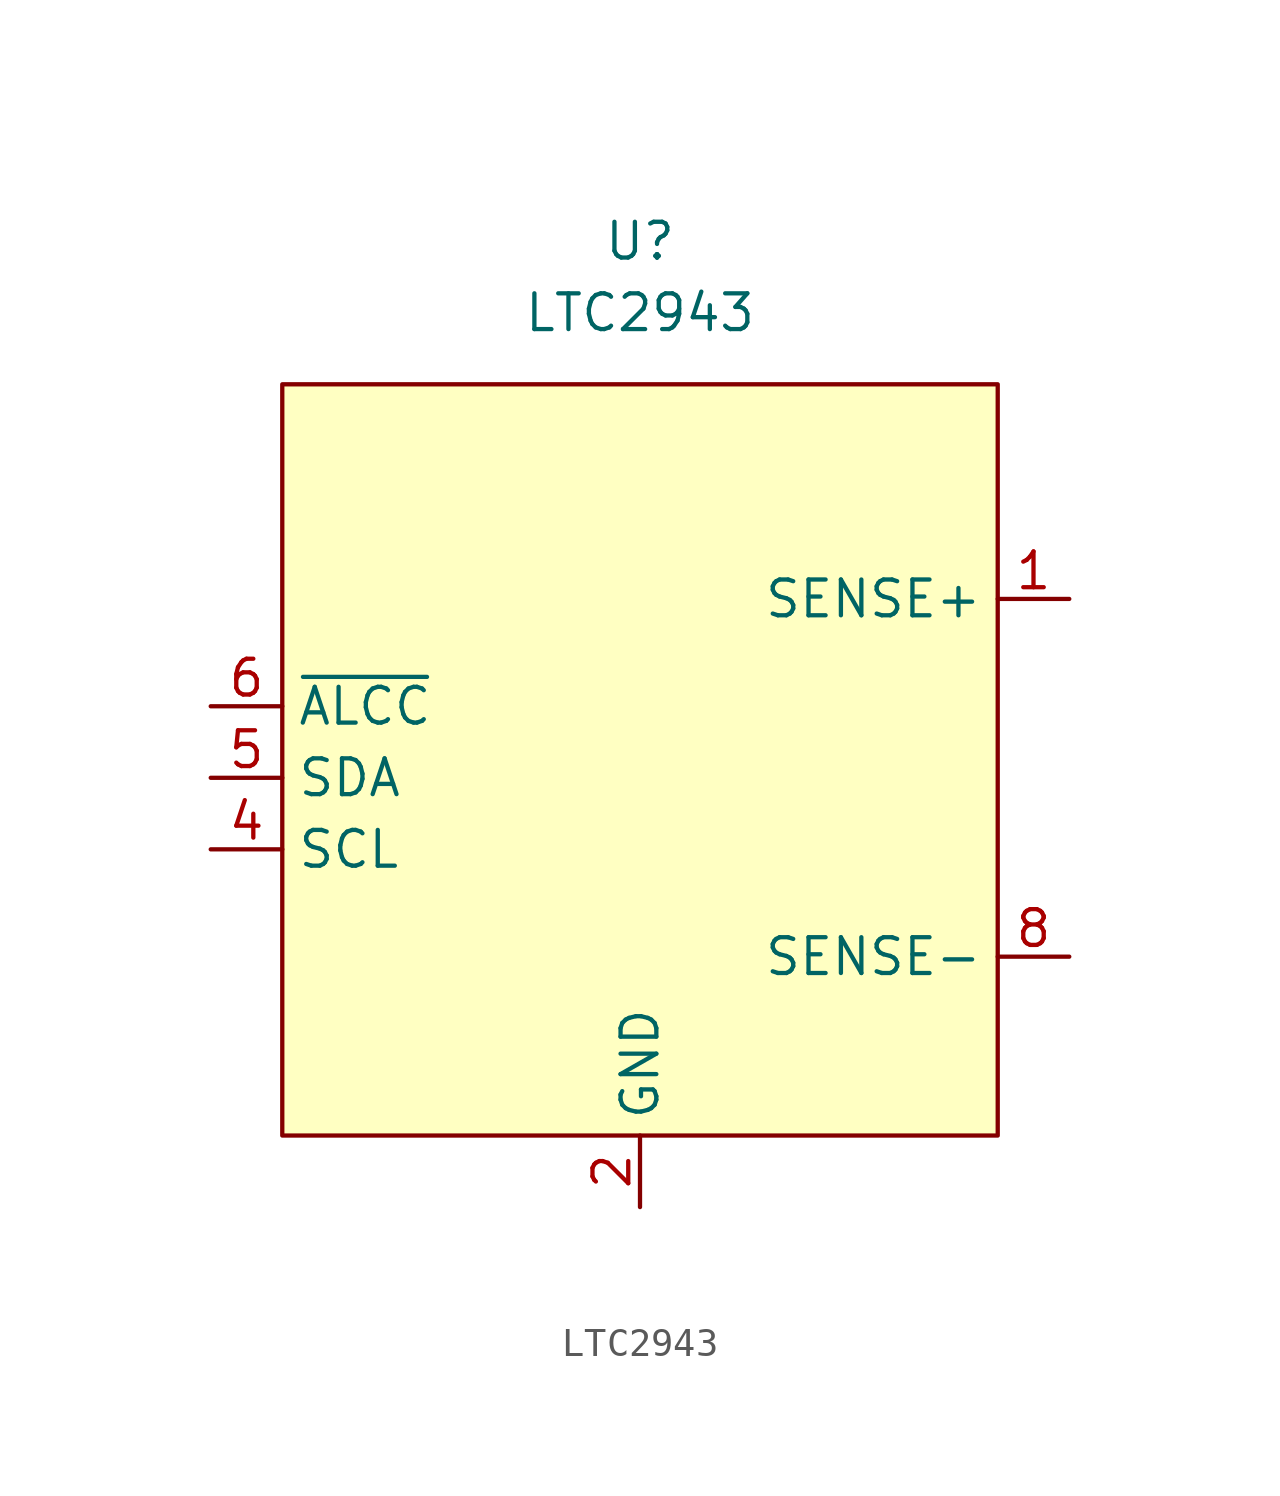
<source format=kicad_sym>
(kicad_symbol_lib
  (version 20231120)
  (generator "kicad_symbol_editor")
  (generator_version "8.0")
  (symbol "LTC2943"
    (property "Reference" "U"
      (at 0 19.05 0)
      (effects (font (size 1.27 1.27))))
    (property "Value" "LTC2943"
      (at 0 16.51 0)
      (effects (font (size 1.27 1.27))))
    (symbol "LTC2943_1_1"
      (rectangle (start -12.7 13.97) (end 12.7 -12.7) (stroke (width 0) (type default)) (fill (type background)))
      (pin input line (at 15.24 6.35 180) (length 2.54) (name "SENSE+" (effects (font (size 1.27 1.27)))) (number "1" (effects (font (size 1.27 1.27)))))
      (pin input line (at 0 -15.24 90) (length 2.54) (name "GND" (effects (font (size 1.27 1.27)))) (number "2" (effects (font (size 1.27 1.27)))))
      (pin input line (at 0 -15.24 90) (length 2.54) hide (name "GND" (effects (font (size 1.27 1.27)))) (number "3" (effects (font (size 1.27 1.27)))))
      (pin input line (at -15.24 -2.54 0) (length 2.54) (name "SCL" (effects (font (size 1.27 1.27)))) (number "4" (effects (font (size 1.27 1.27)))))
      (pin input line (at -15.24 0 0) (length 2.54) (name "SDA" (effects (font (size 1.27 1.27)))) (number "5" (effects (font (size 1.27 1.27)))))
      (pin input line (at -15.24 2.54 0) (length 2.54) (name "~{ALCC}" (effects (font (size 1.27 1.27)))) (number "6" (effects (font (size 1.27 1.27)))))
      (pin input line (at 0 -15.24 90) (length 2.54) hide (name "GND" (effects (font (size 1.27 1.27)))) (number "7" (effects (font (size 1.27 1.27)))))
      (pin input line (at 15.24 -6.35 180) (length 2.54) (name "SENSE-" (effects (font (size 1.27 1.27)))) (number "8" (effects (font (size 1.27 1.27)))))
      (pin input line (at 0 -15.24 90) (length 2.54) hide (name "GND" (effects (font (size 1.27 1.27)))) (number "9" (effects (font (size 1.27 1.27))))))))
</source>
